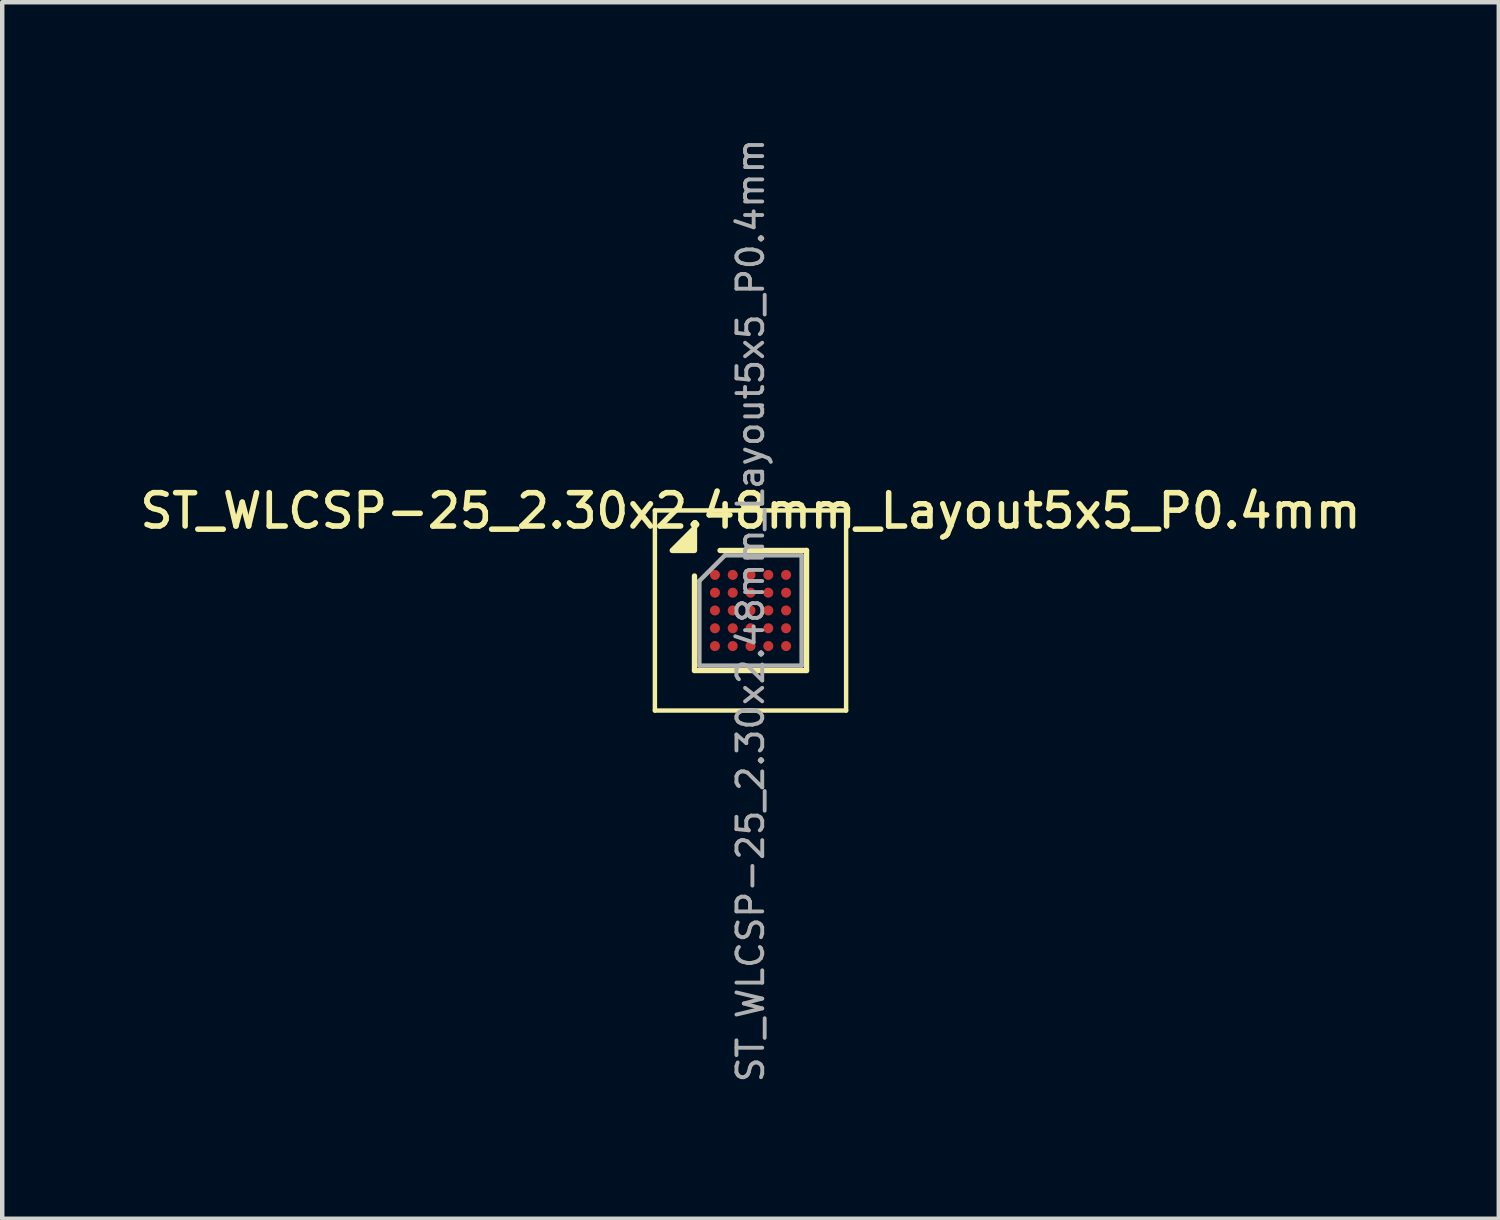
<source format=kicad_pcb>
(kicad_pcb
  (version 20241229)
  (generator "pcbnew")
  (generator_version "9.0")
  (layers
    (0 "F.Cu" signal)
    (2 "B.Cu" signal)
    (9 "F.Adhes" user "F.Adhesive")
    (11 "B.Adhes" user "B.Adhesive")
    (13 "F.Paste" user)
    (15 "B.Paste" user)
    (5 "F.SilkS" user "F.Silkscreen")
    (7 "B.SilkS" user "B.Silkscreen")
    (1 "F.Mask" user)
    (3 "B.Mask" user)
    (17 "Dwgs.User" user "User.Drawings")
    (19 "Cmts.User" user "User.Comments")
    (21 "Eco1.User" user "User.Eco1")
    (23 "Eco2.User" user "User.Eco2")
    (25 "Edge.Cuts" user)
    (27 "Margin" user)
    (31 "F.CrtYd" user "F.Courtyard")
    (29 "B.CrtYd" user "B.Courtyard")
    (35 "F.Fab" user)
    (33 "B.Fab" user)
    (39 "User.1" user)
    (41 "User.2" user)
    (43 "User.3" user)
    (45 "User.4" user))
  (footprint "ST_WLCSP-25_2.30x2.48mm_Layout5x5_P0.4mm"
    (layer "F.Cu")
    (at 13.827 10.678)
    (property "Reference" "ST_WLCSP-25_2.30x2.48mm_Layout5x5_P0.4mm" (at 0 -2.24 0) (layer "F.SilkS") (effects (font (size 0.75 0.75) (thickness 0.125))))
    (attr smd)
    (fp_line (start -2.15 -2.25) (end -2.15 2.25) (stroke (width 0.1) (type solid)) (layer "F.SilkS"))
    (fp_line (start -2.15 2.25) (end 2.15 2.25) (stroke (width 0.1) (type solid)) (layer "F.SilkS"))
    (fp_line (start -1.26 1.35) (end -1.26 -0.775) (stroke (width 0.12) (type solid)) (layer "F.SilkS"))
    (fp_line (start -0.685 -1.35) (end 1.26 -1.35) (stroke (width 0.12) (type solid)) (layer "F.SilkS"))
    (fp_line (start 1.26 -1.35) (end 1.26 1.35) (stroke (width 0.12) (type solid)) (layer "F.SilkS"))
    (fp_line (start 1.26 1.35) (end -1.26 1.35) (stroke (width 0.12) (type solid)) (layer "F.SilkS"))
    (fp_line (start 2.15 -2.25) (end -2.15 -2.25) (stroke (width 0.1) (type solid)) (layer "F.SilkS"))
    (fp_line (start 2.15 2.25) (end 2.15 -2.25) (stroke (width 0.1) (type solid)) (layer "F.SilkS"))
    (fp_poly (pts (xy -1.26 -1.35) (xy -1.76 -1.35) (xy -1.26 -1.85) (xy -1.26 -1.35)) (stroke (width 0.12) (type solid)) (fill yes) (layer "F.SilkS"))
    (fp_line (start -1.15 -0.665) (end -0.575 -1.24) (stroke (width 0.1) (type solid)) (layer "F.Fab"))
    (fp_line (start -1.15 1.24) (end -1.15 -0.665) (stroke (width 0.1) (type solid)) (layer "F.Fab"))
    (fp_line (start -0.575 -1.24) (end 1.15 -1.24) (stroke (width 0.1) (type solid)) (layer "F.Fab"))
    (fp_line (start 1.15 -1.24) (end 1.15 1.24) (stroke (width 0.1) (type solid)) (layer "F.Fab"))
    (fp_line (start 1.15 1.24) (end -1.15 1.24) (stroke (width 0.1) (type solid)) (layer "F.Fab"))
    (fp_text user "${REFERENCE}" (at 0 0 270) (layer "F.Fab") (effects (font (size 0.58 0.58) (thickness 0.087))))
    (pad "A1" smd circle (at -0.8 -0.8) (size 0.225 0.225) (property pad_prop_bga) (layers "F.Cu" "F.Mask" "F.Paste"))
    (pad "A2" smd circle (at -0.4 -0.8) (size 0.225 0.225) (property pad_prop_bga) (layers "F.Cu" "F.Mask" "F.Paste"))
    (pad "A3" smd circle (at 0 -0.8) (size 0.225 0.225) (property pad_prop_bga) (layers "F.Cu" "F.Mask" "F.Paste"))
    (pad "A4" smd circle (at 0.4 -0.8) (size 0.225 0.225) (property pad_prop_bga) (layers "F.Cu" "F.Mask" "F.Paste"))
    (pad "A5" smd circle (at 0.8 -0.8) (size 0.225 0.225) (property pad_prop_bga) (layers "F.Cu" "F.Mask" "F.Paste"))
    (pad "B1" smd circle (at -0.8 -0.4) (size 0.225 0.225) (property pad_prop_bga) (layers "F.Cu" "F.Mask" "F.Paste"))
    (pad "B2" smd circle (at -0.4 -0.4) (size 0.225 0.225) (property pad_prop_bga) (layers "F.Cu" "F.Mask" "F.Paste"))
    (pad "B3" smd circle (at 0 -0.4) (size 0.225 0.225) (property pad_prop_bga) (layers "F.Cu" "F.Mask" "F.Paste"))
    (pad "B4" smd circle (at 0.4 -0.4) (size 0.225 0.225) (property pad_prop_bga) (layers "F.Cu" "F.Mask" "F.Paste"))
    (pad "B5" smd circle (at 0.8 -0.4) (size 0.225 0.225) (property pad_prop_bga) (layers "F.Cu" "F.Mask" "F.Paste"))
    (pad "C1" smd circle (at -0.8 0) (size 0.225 0.225) (property pad_prop_bga) (layers "F.Cu" "F.Mask" "F.Paste"))
    (pad "C2" smd circle (at -0.4 0) (size 0.225 0.225) (property pad_prop_bga) (layers "F.Cu" "F.Mask" "F.Paste"))
    (pad "C3" smd circle (at 0 0) (size 0.225 0.225) (property pad_prop_bga) (layers "F.Cu" "F.Mask" "F.Paste"))
    (pad "C4" smd circle (at 0.4 0) (size 0.225 0.225) (property pad_prop_bga) (layers "F.Cu" "F.Mask" "F.Paste"))
    (pad "C5" smd circle (at 0.8 0) (size 0.225 0.225) (property pad_prop_bga) (layers "F.Cu" "F.Mask" "F.Paste"))
    (pad "D1" smd circle (at -0.8 0.4) (size 0.225 0.225) (property pad_prop_bga) (layers "F.Cu" "F.Mask" "F.Paste"))
    (pad "D2" smd circle (at -0.4 0.4) (size 0.225 0.225) (property pad_prop_bga) (layers "F.Cu" "F.Mask" "F.Paste"))
    (pad "D3" smd circle (at 0 0.4) (size 0.225 0.225) (property pad_prop_bga) (layers "F.Cu" "F.Mask" "F.Paste"))
    (pad "D4" smd circle (at 0.4 0.4) (size 0.225 0.225) (property pad_prop_bga) (layers "F.Cu" "F.Mask" "F.Paste"))
    (pad "D5" smd circle (at 0.8 0.4) (size 0.225 0.225) (property pad_prop_bga) (layers "F.Cu" "F.Mask" "F.Paste"))
    (pad "E1" smd circle (at -0.8 0.8) (size 0.225 0.225) (property pad_prop_bga) (layers "F.Cu" "F.Mask" "F.Paste"))
    (pad "E2" smd circle (at -0.4 0.8) (size 0.225 0.225) (property pad_prop_bga) (layers "F.Cu" "F.Mask" "F.Paste"))
    (pad "E3" smd circle (at 0 0.8) (size 0.225 0.225) (property pad_prop_bga) (layers "F.Cu" "F.Mask" "F.Paste"))
    (pad "E4" smd circle (at 0.4 0.8) (size 0.225 0.225) (property pad_prop_bga) (layers "F.Cu" "F.Mask" "F.Paste"))
    (pad "E5" smd circle (at 0.8 0.8) (size 0.225 0.225) (property pad_prop_bga) (layers "F.Cu" "F.Mask" "F.Paste")))
  (gr_rect
    (start -3 -3)
    (end 30.654 24.356)
    (stroke (width 0.1) (type default))
    (fill no)
    (layer "Edge.Cuts")))
</source>
